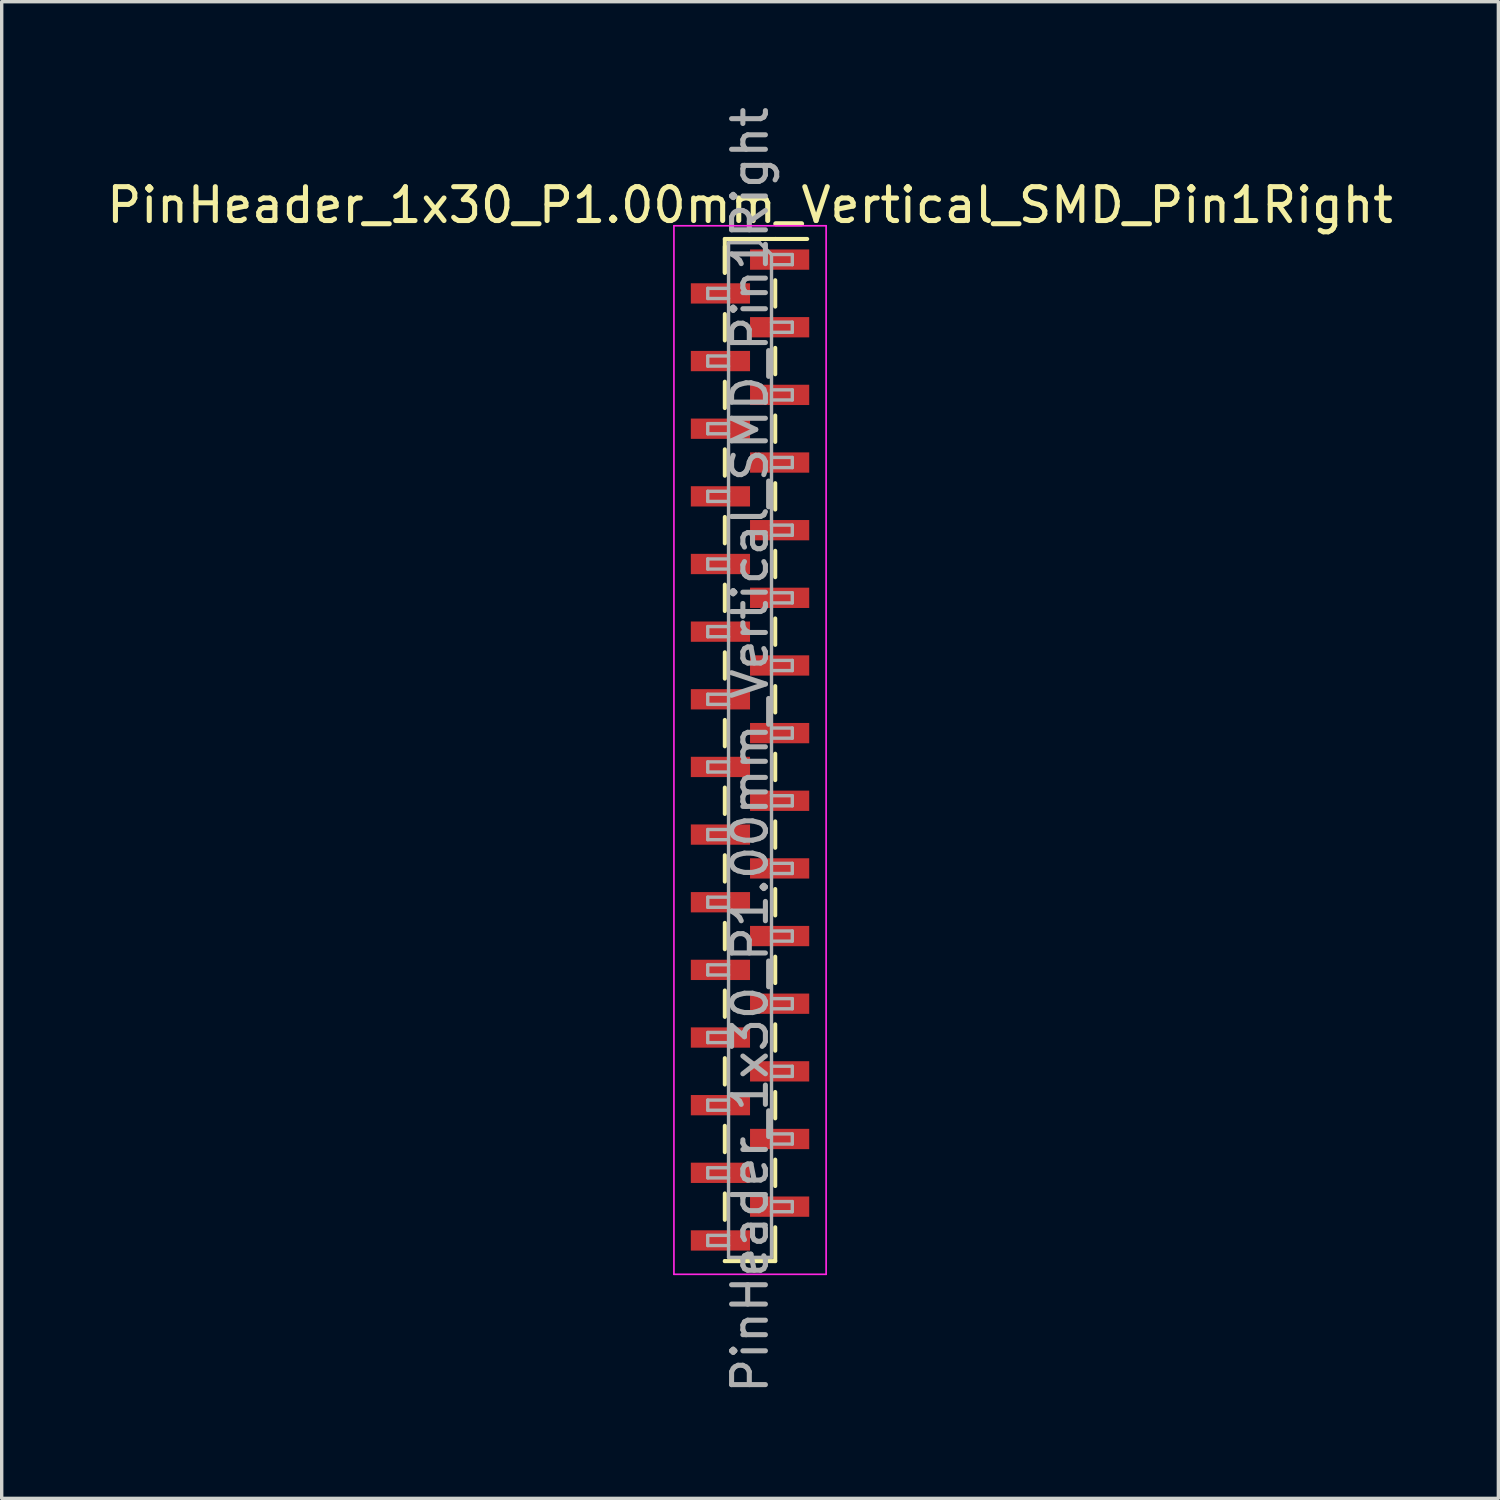
<source format=kicad_pcb>
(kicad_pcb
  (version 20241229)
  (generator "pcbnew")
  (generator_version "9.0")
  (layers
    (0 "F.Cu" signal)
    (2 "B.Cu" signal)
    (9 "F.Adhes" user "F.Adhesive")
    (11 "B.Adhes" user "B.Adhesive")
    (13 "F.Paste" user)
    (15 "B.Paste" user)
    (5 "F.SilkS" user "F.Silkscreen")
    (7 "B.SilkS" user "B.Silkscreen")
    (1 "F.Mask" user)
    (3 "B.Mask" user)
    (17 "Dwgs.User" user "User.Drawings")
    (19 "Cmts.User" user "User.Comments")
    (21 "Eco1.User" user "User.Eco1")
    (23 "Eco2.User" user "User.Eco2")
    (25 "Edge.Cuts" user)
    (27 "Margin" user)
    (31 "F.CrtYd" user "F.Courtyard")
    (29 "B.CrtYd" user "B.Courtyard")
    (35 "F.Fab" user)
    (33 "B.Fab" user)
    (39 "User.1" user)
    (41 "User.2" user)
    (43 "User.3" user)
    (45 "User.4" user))
  (footprint "PinHeader_1x30_P1.00mm_Vertical_SMD_Pin1Right"
    (layer "F.Cu")
    (at 19.125 19.125)
    (property "Reference" "PinHeader_1x30_P1.00mm_Vertical_SMD_Pin1Right" (at 0 -16.11 0) (layer "F.SilkS") (effects (font (size 1 1) (thickness 0.15))))
    (attr smd)
    (fp_line (start -0.745 -15.11) (end -0.745 -14.11) (stroke (width 0.12) (type solid)) (layer "F.SilkS"))
    (fp_line (start -0.745 -15.11) (end 0.745 -15.11) (stroke (width 0.12) (type solid)) (layer "F.SilkS"))
    (fp_line (start -0.745 -14.89) (end -0.745 -14.11) (stroke (width 0.12) (type solid)) (layer "F.SilkS"))
    (fp_line (start -0.745 -12.89) (end -0.745 -12.11) (stroke (width 0.12) (type solid)) (layer "F.SilkS"))
    (fp_line (start -0.745 -10.89) (end -0.745 -10.11) (stroke (width 0.12) (type solid)) (layer "F.SilkS"))
    (fp_line (start -0.745 -8.89) (end -0.745 -8.11) (stroke (width 0.12) (type solid)) (layer "F.SilkS"))
    (fp_line (start -0.745 -6.89) (end -0.745 -6.11) (stroke (width 0.12) (type solid)) (layer "F.SilkS"))
    (fp_line (start -0.745 -4.89) (end -0.745 -4.11) (stroke (width 0.12) (type solid)) (layer "F.SilkS"))
    (fp_line (start -0.745 -2.89) (end -0.745 -2.11) (stroke (width 0.12) (type solid)) (layer "F.SilkS"))
    (fp_line (start -0.745 -0.89) (end -0.745 -0.11) (stroke (width 0.12) (type solid)) (layer "F.SilkS"))
    (fp_line (start -0.745 1.11) (end -0.745 1.89) (stroke (width 0.12) (type solid)) (layer "F.SilkS"))
    (fp_line (start -0.745 3.11) (end -0.745 3.89) (stroke (width 0.12) (type solid)) (layer "F.SilkS"))
    (fp_line (start -0.745 5.11) (end -0.745 5.89) (stroke (width 0.12) (type solid)) (layer "F.SilkS"))
    (fp_line (start -0.745 7.11) (end -0.745 7.89) (stroke (width 0.12) (type solid)) (layer "F.SilkS"))
    (fp_line (start -0.745 9.11) (end -0.745 9.89) (stroke (width 0.12) (type solid)) (layer "F.SilkS"))
    (fp_line (start -0.745 11.11) (end -0.745 11.89) (stroke (width 0.12) (type solid)) (layer "F.SilkS"))
    (fp_line (start -0.745 13.11) (end -0.745 13.89) (stroke (width 0.12) (type solid)) (layer "F.SilkS"))
    (fp_line (start -0.745 15.11) (end -0.745 15.11) (stroke (width 0.12) (type solid)) (layer "F.SilkS"))
    (fp_line (start -0.745 15.11) (end 0.745 15.11) (stroke (width 0.12) (type solid)) (layer "F.SilkS"))
    (fp_line (start 0.745 -15.11) (end 0.745 -15.11) (stroke (width 0.12) (type solid)) (layer "F.SilkS"))
    (fp_line (start 0.745 -15.11) (end 1.69 -15.11) (stroke (width 0.12) (type solid)) (layer "F.SilkS"))
    (fp_line (start 0.745 -13.89) (end 0.745 -13.11) (stroke (width 0.12) (type solid)) (layer "F.SilkS"))
    (fp_line (start 0.745 -11.89) (end 0.745 -11.11) (stroke (width 0.12) (type solid)) (layer "F.SilkS"))
    (fp_line (start 0.745 -9.89) (end 0.745 -9.11) (stroke (width 0.12) (type solid)) (layer "F.SilkS"))
    (fp_line (start 0.745 -7.89) (end 0.745 -7.11) (stroke (width 0.12) (type solid)) (layer "F.SilkS"))
    (fp_line (start 0.745 -5.89) (end 0.745 -5.11) (stroke (width 0.12) (type solid)) (layer "F.SilkS"))
    (fp_line (start 0.745 -3.89) (end 0.745 -3.11) (stroke (width 0.12) (type solid)) (layer "F.SilkS"))
    (fp_line (start 0.745 -1.89) (end 0.745 -1.11) (stroke (width 0.12) (type solid)) (layer "F.SilkS"))
    (fp_line (start 0.745 0.11) (end 0.745 0.89) (stroke (width 0.12) (type solid)) (layer "F.SilkS"))
    (fp_line (start 0.745 2.11) (end 0.745 2.89) (stroke (width 0.12) (type solid)) (layer "F.SilkS"))
    (fp_line (start 0.745 4.11) (end 0.745 4.89) (stroke (width 0.12) (type solid)) (layer "F.SilkS"))
    (fp_line (start 0.745 6.11) (end 0.745 6.89) (stroke (width 0.12) (type solid)) (layer "F.SilkS"))
    (fp_line (start 0.745 8.11) (end 0.745 8.89) (stroke (width 0.12) (type solid)) (layer "F.SilkS"))
    (fp_line (start 0.745 10.11) (end 0.745 10.89) (stroke (width 0.12) (type solid)) (layer "F.SilkS"))
    (fp_line (start 0.745 12.11) (end 0.745 12.89) (stroke (width 0.12) (type solid)) (layer "F.SilkS"))
    (fp_line (start 0.745 14.11) (end 0.745 15.11) (stroke (width 0.12) (type solid)) (layer "F.SilkS"))
    (fp_line (start -2.25 -15.5) (end -2.25 15.5) (stroke (width 0.05) (type solid)) (layer "F.CrtYd"))
    (fp_line (start -2.25 15.5) (end 2.25 15.5) (stroke (width 0.05) (type solid)) (layer "F.CrtYd"))
    (fp_line (start 2.25 -15.5) (end -2.25 -15.5) (stroke (width 0.05) (type solid)) (layer "F.CrtYd"))
    (fp_line (start 2.25 15.5) (end 2.25 -15.5) (stroke (width 0.05) (type solid)) (layer "F.CrtYd"))
    (fp_line (start -1.25 -13.65) (end -1.25 -13.35) (stroke (width 0.1) (type solid)) (layer "F.Fab"))
    (fp_line (start -1.25 -13.35) (end -0.635 -13.35) (stroke (width 0.1) (type solid)) (layer "F.Fab"))
    (fp_line (start -1.25 -11.65) (end -1.25 -11.35) (stroke (width 0.1) (type solid)) (layer "F.Fab"))
    (fp_line (start -1.25 -11.35) (end -0.635 -11.35) (stroke (width 0.1) (type solid)) (layer "F.Fab"))
    (fp_line (start -1.25 -9.65) (end -1.25 -9.35) (stroke (width 0.1) (type solid)) (layer "F.Fab"))
    (fp_line (start -1.25 -9.35) (end -0.635 -9.35) (stroke (width 0.1) (type solid)) (layer "F.Fab"))
    (fp_line (start -1.25 -7.65) (end -1.25 -7.35) (stroke (width 0.1) (type solid)) (layer "F.Fab"))
    (fp_line (start -1.25 -7.35) (end -0.635 -7.35) (stroke (width 0.1) (type solid)) (layer "F.Fab"))
    (fp_line (start -1.25 -5.65) (end -1.25 -5.35) (stroke (width 0.1) (type solid)) (layer "F.Fab"))
    (fp_line (start -1.25 -5.35) (end -0.635 -5.35) (stroke (width 0.1) (type solid)) (layer "F.Fab"))
    (fp_line (start -1.25 -3.65) (end -1.25 -3.35) (stroke (width 0.1) (type solid)) (layer "F.Fab"))
    (fp_line (start -1.25 -3.35) (end -0.635 -3.35) (stroke (width 0.1) (type solid)) (layer "F.Fab"))
    (fp_line (start -1.25 -1.65) (end -1.25 -1.35) (stroke (width 0.1) (type solid)) (layer "F.Fab"))
    (fp_line (start -1.25 -1.35) (end -0.635 -1.35) (stroke (width 0.1) (type solid)) (layer "F.Fab"))
    (fp_line (start -1.25 0.35) (end -1.25 0.65) (stroke (width 0.1) (type solid)) (layer "F.Fab"))
    (fp_line (start -1.25 0.65) (end -0.635 0.65) (stroke (width 0.1) (type solid)) (layer "F.Fab"))
    (fp_line (start -1.25 2.35) (end -1.25 2.65) (stroke (width 0.1) (type solid)) (layer "F.Fab"))
    (fp_line (start -1.25 2.65) (end -0.635 2.65) (stroke (width 0.1) (type solid)) (layer "F.Fab"))
    (fp_line (start -1.25 4.35) (end -1.25 4.65) (stroke (width 0.1) (type solid)) (layer "F.Fab"))
    (fp_line (start -1.25 4.65) (end -0.635 4.65) (stroke (width 0.1) (type solid)) (layer "F.Fab"))
    (fp_line (start -1.25 6.35) (end -1.25 6.65) (stroke (width 0.1) (type solid)) (layer "F.Fab"))
    (fp_line (start -1.25 6.65) (end -0.635 6.65) (stroke (width 0.1) (type solid)) (layer "F.Fab"))
    (fp_line (start -1.25 8.35) (end -1.25 8.65) (stroke (width 0.1) (type solid)) (layer "F.Fab"))
    (fp_line (start -1.25 8.65) (end -0.635 8.65) (stroke (width 0.1) (type solid)) (layer "F.Fab"))
    (fp_line (start -1.25 10.35) (end -1.25 10.65) (stroke (width 0.1) (type solid)) (layer "F.Fab"))
    (fp_line (start -1.25 10.65) (end -0.635 10.65) (stroke (width 0.1) (type solid)) (layer "F.Fab"))
    (fp_line (start -1.25 12.35) (end -1.25 12.65) (stroke (width 0.1) (type solid)) (layer "F.Fab"))
    (fp_line (start -1.25 12.65) (end -0.635 12.65) (stroke (width 0.1) (type solid)) (layer "F.Fab"))
    (fp_line (start -1.25 14.35) (end -1.25 14.65) (stroke (width 0.1) (type solid)) (layer "F.Fab"))
    (fp_line (start -1.25 14.65) (end -0.635 14.65) (stroke (width 0.1) (type solid)) (layer "F.Fab"))
    (fp_line (start -0.635 -15) (end -0.635 15) (stroke (width 0.1) (type solid)) (layer "F.Fab"))
    (fp_line (start -0.635 -15) (end 0.285 -15) (stroke (width 0.1) (type solid)) (layer "F.Fab"))
    (fp_line (start -0.635 -13.65) (end -1.25 -13.65) (stroke (width 0.1) (type solid)) (layer "F.Fab"))
    (fp_line (start -0.635 -11.65) (end -1.25 -11.65) (stroke (width 0.1) (type solid)) (layer "F.Fab"))
    (fp_line (start -0.635 -9.65) (end -1.25 -9.65) (stroke (width 0.1) (type solid)) (layer "F.Fab"))
    (fp_line (start -0.635 -7.65) (end -1.25 -7.65) (stroke (width 0.1) (type solid)) (layer "F.Fab"))
    (fp_line (start -0.635 -5.65) (end -1.25 -5.65) (stroke (width 0.1) (type solid)) (layer "F.Fab"))
    (fp_line (start -0.635 -3.65) (end -1.25 -3.65) (stroke (width 0.1) (type solid)) (layer "F.Fab"))
    (fp_line (start -0.635 -1.65) (end -1.25 -1.65) (stroke (width 0.1) (type solid)) (layer "F.Fab"))
    (fp_line (start -0.635 0.35) (end -1.25 0.35) (stroke (width 0.1) (type solid)) (layer "F.Fab"))
    (fp_line (start -0.635 2.35) (end -1.25 2.35) (stroke (width 0.1) (type solid)) (layer "F.Fab"))
    (fp_line (start -0.635 4.35) (end -1.25 4.35) (stroke (width 0.1) (type solid)) (layer "F.Fab"))
    (fp_line (start -0.635 6.35) (end -1.25 6.35) (stroke (width 0.1) (type solid)) (layer "F.Fab"))
    (fp_line (start -0.635 8.35) (end -1.25 8.35) (stroke (width 0.1) (type solid)) (layer "F.Fab"))
    (fp_line (start -0.635 10.35) (end -1.25 10.35) (stroke (width 0.1) (type solid)) (layer "F.Fab"))
    (fp_line (start -0.635 12.35) (end -1.25 12.35) (stroke (width 0.1) (type solid)) (layer "F.Fab"))
    (fp_line (start -0.635 14.35) (end -1.25 14.35) (stroke (width 0.1) (type solid)) (layer "F.Fab"))
    (fp_line (start 0.635 -14.65) (end 0.285 -15) (stroke (width 0.1) (type solid)) (layer "F.Fab"))
    (fp_line (start 0.635 -14.65) (end 1.25 -14.65) (stroke (width 0.1) (type solid)) (layer "F.Fab"))
    (fp_line (start 0.635 -12.65) (end 1.25 -12.65) (stroke (width 0.1) (type solid)) (layer "F.Fab"))
    (fp_line (start 0.635 -10.65) (end 1.25 -10.65) (stroke (width 0.1) (type solid)) (layer "F.Fab"))
    (fp_line (start 0.635 -8.65) (end 1.25 -8.65) (stroke (width 0.1) (type solid)) (layer "F.Fab"))
    (fp_line (start 0.635 -6.65) (end 1.25 -6.65) (stroke (width 0.1) (type solid)) (layer "F.Fab"))
    (fp_line (start 0.635 -4.65) (end 1.25 -4.65) (stroke (width 0.1) (type solid)) (layer "F.Fab"))
    (fp_line (start 0.635 -2.65) (end 1.25 -2.65) (stroke (width 0.1) (type solid)) (layer "F.Fab"))
    (fp_line (start 0.635 -0.65) (end 1.25 -0.65) (stroke (width 0.1) (type solid)) (layer "F.Fab"))
    (fp_line (start 0.635 1.35) (end 1.25 1.35) (stroke (width 0.1) (type solid)) (layer "F.Fab"))
    (fp_line (start 0.635 3.35) (end 1.25 3.35) (stroke (width 0.1) (type solid)) (layer "F.Fab"))
    (fp_line (start 0.635 5.35) (end 1.25 5.35) (stroke (width 0.1) (type solid)) (layer "F.Fab"))
    (fp_line (start 0.635 7.35) (end 1.25 7.35) (stroke (width 0.1) (type solid)) (layer "F.Fab"))
    (fp_line (start 0.635 9.35) (end 1.25 9.35) (stroke (width 0.1) (type solid)) (layer "F.Fab"))
    (fp_line (start 0.635 11.35) (end 1.25 11.35) (stroke (width 0.1) (type solid)) (layer "F.Fab"))
    (fp_line (start 0.635 13.35) (end 1.25 13.35) (stroke (width 0.1) (type solid)) (layer "F.Fab"))
    (fp_line (start 0.635 15) (end -0.635 15) (stroke (width 0.1) (type solid)) (layer "F.Fab"))
    (fp_line (start 0.635 15) (end 0.635 -14.65) (stroke (width 0.1) (type solid)) (layer "F.Fab"))
    (fp_line (start 1.25 -14.65) (end 1.25 -14.35) (stroke (width 0.1) (type solid)) (layer "F.Fab"))
    (fp_line (start 1.25 -14.35) (end 0.635 -14.35) (stroke (width 0.1) (type solid)) (layer "F.Fab"))
    (fp_line (start 1.25 -12.65) (end 1.25 -12.35) (stroke (width 0.1) (type solid)) (layer "F.Fab"))
    (fp_line (start 1.25 -12.35) (end 0.635 -12.35) (stroke (width 0.1) (type solid)) (layer "F.Fab"))
    (fp_line (start 1.25 -10.65) (end 1.25 -10.35) (stroke (width 0.1) (type solid)) (layer "F.Fab"))
    (fp_line (start 1.25 -10.35) (end 0.635 -10.35) (stroke (width 0.1) (type solid)) (layer "F.Fab"))
    (fp_line (start 1.25 -8.65) (end 1.25 -8.35) (stroke (width 0.1) (type solid)) (layer "F.Fab"))
    (fp_line (start 1.25 -8.35) (end 0.635 -8.35) (stroke (width 0.1) (type solid)) (layer "F.Fab"))
    (fp_line (start 1.25 -6.65) (end 1.25 -6.35) (stroke (width 0.1) (type solid)) (layer "F.Fab"))
    (fp_line (start 1.25 -6.35) (end 0.635 -6.35) (stroke (width 0.1) (type solid)) (layer "F.Fab"))
    (fp_line (start 1.25 -4.65) (end 1.25 -4.35) (stroke (width 0.1) (type solid)) (layer "F.Fab"))
    (fp_line (start 1.25 -4.35) (end 0.635 -4.35) (stroke (width 0.1) (type solid)) (layer "F.Fab"))
    (fp_line (start 1.25 -2.65) (end 1.25 -2.35) (stroke (width 0.1) (type solid)) (layer "F.Fab"))
    (fp_line (start 1.25 -2.35) (end 0.635 -2.35) (stroke (width 0.1) (type solid)) (layer "F.Fab"))
    (fp_line (start 1.25 -0.65) (end 1.25 -0.35) (stroke (width 0.1) (type solid)) (layer "F.Fab"))
    (fp_line (start 1.25 -0.35) (end 0.635 -0.35) (stroke (width 0.1) (type solid)) (layer "F.Fab"))
    (fp_line (start 1.25 1.35) (end 1.25 1.65) (stroke (width 0.1) (type solid)) (layer "F.Fab"))
    (fp_line (start 1.25 1.65) (end 0.635 1.65) (stroke (width 0.1) (type solid)) (layer "F.Fab"))
    (fp_line (start 1.25 3.35) (end 1.25 3.65) (stroke (width 0.1) (type solid)) (layer "F.Fab"))
    (fp_line (start 1.25 3.65) (end 0.635 3.65) (stroke (width 0.1) (type solid)) (layer "F.Fab"))
    (fp_line (start 1.25 5.35) (end 1.25 5.65) (stroke (width 0.1) (type solid)) (layer "F.Fab"))
    (fp_line (start 1.25 5.65) (end 0.635 5.65) (stroke (width 0.1) (type solid)) (layer "F.Fab"))
    (fp_line (start 1.25 7.35) (end 1.25 7.65) (stroke (width 0.1) (type solid)) (layer "F.Fab"))
    (fp_line (start 1.25 7.65) (end 0.635 7.65) (stroke (width 0.1) (type solid)) (layer "F.Fab"))
    (fp_line (start 1.25 9.35) (end 1.25 9.65) (stroke (width 0.1) (type solid)) (layer "F.Fab"))
    (fp_line (start 1.25 9.65) (end 0.635 9.65) (stroke (width 0.1) (type solid)) (layer "F.Fab"))
    (fp_line (start 1.25 11.35) (end 1.25 11.65) (stroke (width 0.1) (type solid)) (layer "F.Fab"))
    (fp_line (start 1.25 11.65) (end 0.635 11.65) (stroke (width 0.1) (type solid)) (layer "F.Fab"))
    (fp_line (start 1.25 13.35) (end 1.25 13.65) (stroke (width 0.1) (type solid)) (layer "F.Fab"))
    (fp_line (start 1.25 13.65) (end 0.635 13.65) (stroke (width 0.1) (type solid)) (layer "F.Fab"))
    (fp_text user "${REFERENCE}" (at 0 0 90) (layer "F.Fab") (effects (font (size 1 1) (thickness 0.15))))
    (pad "1" smd rect (at 0.875 -14.5) (size 1.75 0.6) (layers "F.Cu" "F.Mask" "F.Paste"))
    (pad "2" smd rect (at -0.875 -13.5) (size 1.75 0.6) (layers "F.Cu" "F.Mask" "F.Paste"))
    (pad "3" smd rect (at 0.875 -12.5) (size 1.75 0.6) (layers "F.Cu" "F.Mask" "F.Paste"))
    (pad "4" smd rect (at -0.875 -11.5) (size 1.75 0.6) (layers "F.Cu" "F.Mask" "F.Paste"))
    (pad "5" smd rect (at 0.875 -10.5) (size 1.75 0.6) (layers "F.Cu" "F.Mask" "F.Paste"))
    (pad "6" smd rect (at -0.875 -9.5) (size 1.75 0.6) (layers "F.Cu" "F.Mask" "F.Paste"))
    (pad "7" smd rect (at 0.875 -8.5) (size 1.75 0.6) (layers "F.Cu" "F.Mask" "F.Paste"))
    (pad "8" smd rect (at -0.875 -7.5) (size 1.75 0.6) (layers "F.Cu" "F.Mask" "F.Paste"))
    (pad "9" smd rect (at 0.875 -6.5) (size 1.75 0.6) (layers "F.Cu" "F.Mask" "F.Paste"))
    (pad "10" smd rect (at -0.875 -5.5) (size 1.75 0.6) (layers "F.Cu" "F.Mask" "F.Paste"))
    (pad "11" smd rect (at 0.875 -4.5) (size 1.75 0.6) (layers "F.Cu" "F.Mask" "F.Paste"))
    (pad "12" smd rect (at -0.875 -3.5) (size 1.75 0.6) (layers "F.Cu" "F.Mask" "F.Paste"))
    (pad "13" smd rect (at 0.875 -2.5) (size 1.75 0.6) (layers "F.Cu" "F.Mask" "F.Paste"))
    (pad "14" smd rect (at -0.875 -1.5) (size 1.75 0.6) (layers "F.Cu" "F.Mask" "F.Paste"))
    (pad "15" smd rect (at 0.875 -0.5) (size 1.75 0.6) (layers "F.Cu" "F.Mask" "F.Paste"))
    (pad "16" smd rect (at -0.875 0.5) (size 1.75 0.6) (layers "F.Cu" "F.Mask" "F.Paste"))
    (pad "17" smd rect (at 0.875 1.5) (size 1.75 0.6) (layers "F.Cu" "F.Mask" "F.Paste"))
    (pad "18" smd rect (at -0.875 2.5) (size 1.75 0.6) (layers "F.Cu" "F.Mask" "F.Paste"))
    (pad "19" smd rect (at 0.875 3.5) (size 1.75 0.6) (layers "F.Cu" "F.Mask" "F.Paste"))
    (pad "20" smd rect (at -0.875 4.5) (size 1.75 0.6) (layers "F.Cu" "F.Mask" "F.Paste"))
    (pad "21" smd rect (at 0.875 5.5) (size 1.75 0.6) (layers "F.Cu" "F.Mask" "F.Paste"))
    (pad "22" smd rect (at -0.875 6.5) (size 1.75 0.6) (layers "F.Cu" "F.Mask" "F.Paste"))
    (pad "23" smd rect (at 0.875 7.5) (size 1.75 0.6) (layers "F.Cu" "F.Mask" "F.Paste"))
    (pad "24" smd rect (at -0.875 8.5) (size 1.75 0.6) (layers "F.Cu" "F.Mask" "F.Paste"))
    (pad "25" smd rect (at 0.875 9.5) (size 1.75 0.6) (layers "F.Cu" "F.Mask" "F.Paste"))
    (pad "26" smd rect (at -0.875 10.5) (size 1.75 0.6) (layers "F.Cu" "F.Mask" "F.Paste"))
    (pad "27" smd rect (at 0.875 11.5) (size 1.75 0.6) (layers "F.Cu" "F.Mask" "F.Paste"))
    (pad "28" smd rect (at -0.875 12.5) (size 1.75 0.6) (layers "F.Cu" "F.Mask" "F.Paste"))
    (pad "29" smd rect (at 0.875 13.5) (size 1.75 0.6) (layers "F.Cu" "F.Mask" "F.Paste"))
    (pad "30" smd rect (at -0.875 14.5) (size 1.75 0.6) (layers "F.Cu" "F.Mask" "F.Paste")))
  (gr_rect
    (start -3 -3)
    (end 41.25 41.25)
    (stroke (width 0.1) (type default))
    (fill no)
    (layer "Edge.Cuts")))
</source>
